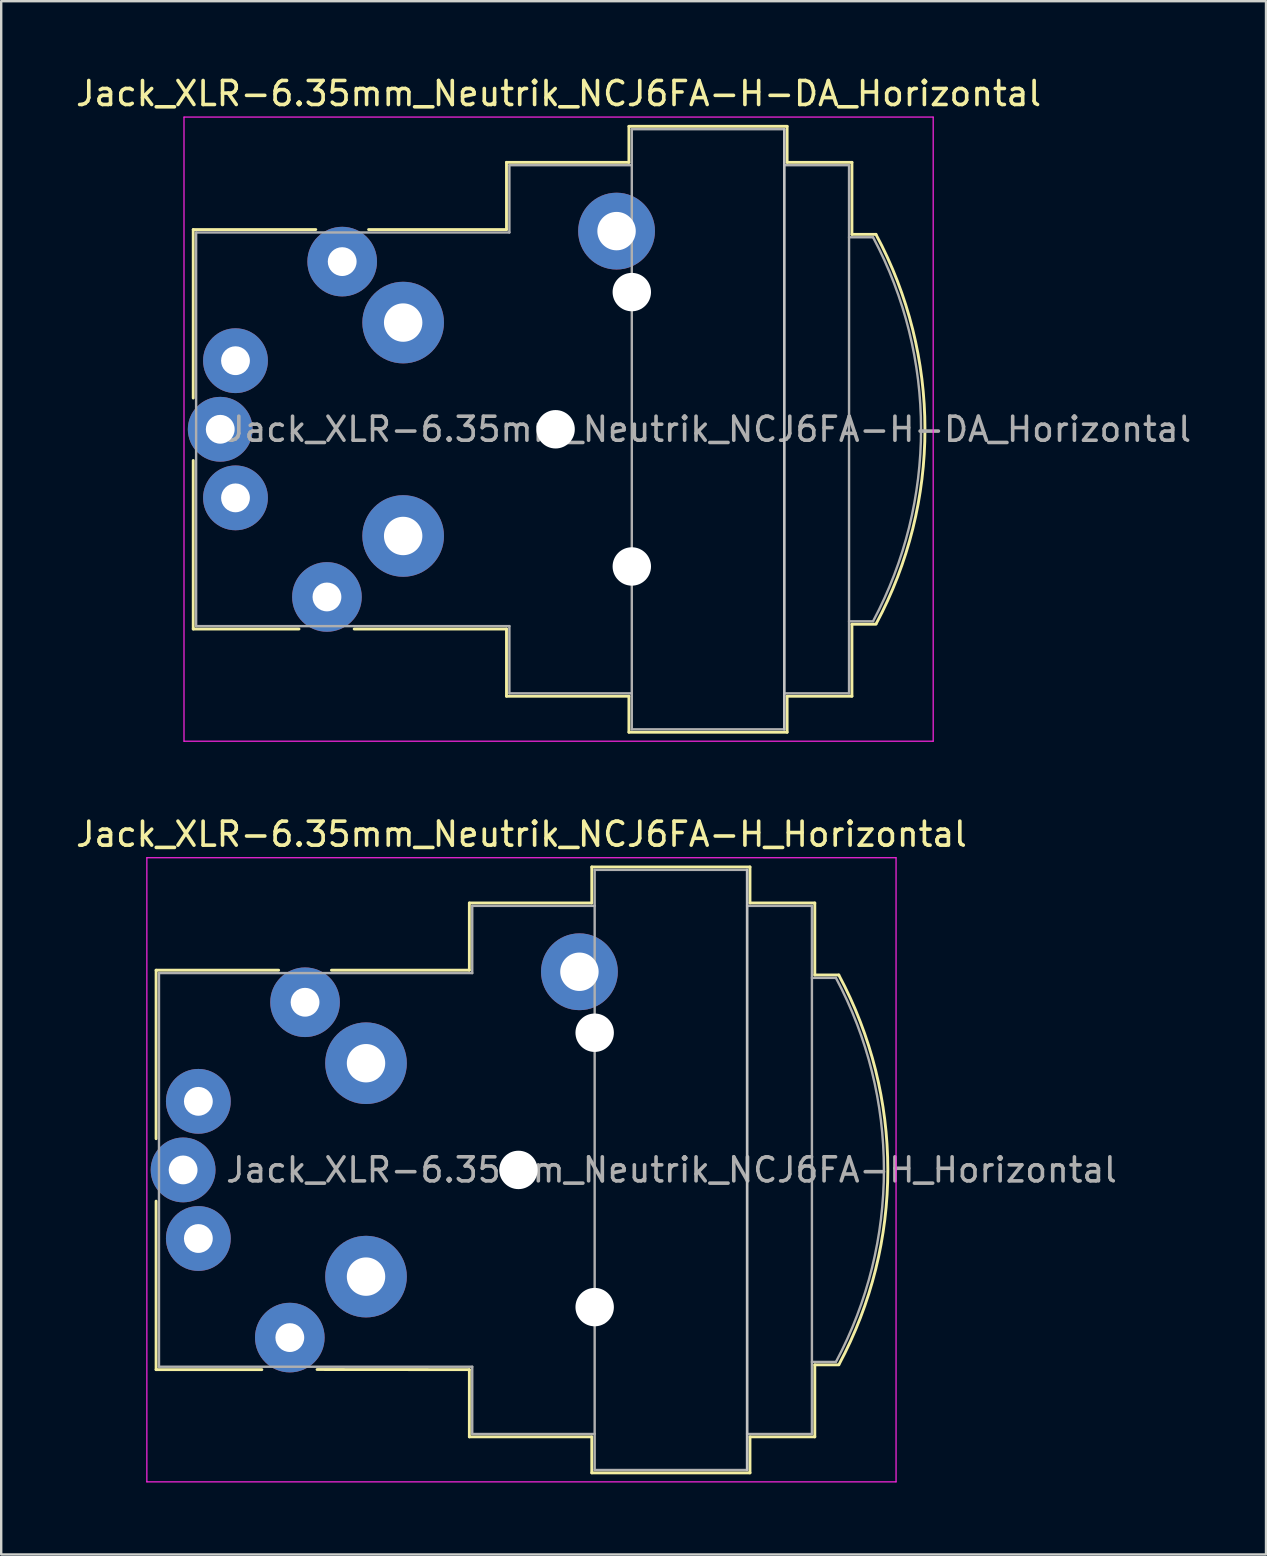
<source format=kicad_pcb>
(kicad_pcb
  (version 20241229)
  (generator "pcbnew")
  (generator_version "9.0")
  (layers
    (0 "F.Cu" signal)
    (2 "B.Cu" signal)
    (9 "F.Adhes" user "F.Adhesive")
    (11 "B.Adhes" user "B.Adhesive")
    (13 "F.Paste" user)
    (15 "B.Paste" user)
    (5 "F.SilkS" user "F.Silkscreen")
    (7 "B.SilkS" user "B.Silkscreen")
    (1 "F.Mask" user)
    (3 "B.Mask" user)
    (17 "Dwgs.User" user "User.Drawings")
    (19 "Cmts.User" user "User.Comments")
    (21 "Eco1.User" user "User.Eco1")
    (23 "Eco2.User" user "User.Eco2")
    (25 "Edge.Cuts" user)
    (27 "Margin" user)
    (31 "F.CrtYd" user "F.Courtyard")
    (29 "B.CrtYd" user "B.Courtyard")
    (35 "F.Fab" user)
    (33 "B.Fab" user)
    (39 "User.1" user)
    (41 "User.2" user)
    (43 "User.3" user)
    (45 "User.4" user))
  (footprint "Jack_XLR-6.35mm_Neutrik_NCJ6FA-H_Horizontal"
    (layer "F.Cu")
    (at 9.658 38.702)
    (property "Reference" "Jack_XLR-6.35mm_Neutrik_NCJ6FA-H_Horizontal" (at 9.015 -7 0) (layer "F.SilkS") (effects (font (size 1 1) (thickness 0.15))))
    (attr through_hole)
    (fp_line (start -6.205 -1.335) (end -6.205 5.685) (stroke (width 0.12) (type solid)) (layer "F.SilkS"))
    (fp_line (start -6.205 8.285) (end -6.205 15.305) (stroke (width 0.12) (type solid)) (layer "F.SilkS"))
    (fp_line (start -1.8 15.305) (end -6.205 15.305) (stroke (width 0.12) (type solid)) (layer "F.SilkS"))
    (fp_line (start -1.1 -1.335) (end -6.205 -1.335) (stroke (width 0.12) (type solid)) (layer "F.SilkS"))
    (fp_line (start 6.845 -4.135) (end 6.845 -1.335) (stroke (width 0.12) (type solid)) (layer "F.SilkS"))
    (fp_line (start 6.845 -1.335) (end 1.1 -1.335) (stroke (width 0.12) (type solid)) (layer "F.SilkS"))
    (fp_line (start 6.845 15.305) (end 0.5 15.3) (stroke (width 0.12) (type solid)) (layer "F.SilkS"))
    (fp_line (start 6.845 18.105) (end 6.845 15.305) (stroke (width 0.12) (type solid)) (layer "F.SilkS"))
    (fp_line (start 11.945 -4.135) (end 6.845 -4.135) (stroke (width 0.12) (type solid)) (layer "F.SilkS"))
    (fp_line (start 11.945 -4.135) (end 11.945 -5.635) (stroke (width 0.12) (type solid)) (layer "F.SilkS"))
    (fp_line (start 11.945 18.105) (end 6.845 18.105) (stroke (width 0.12) (type solid)) (layer "F.SilkS"))
    (fp_line (start 11.945 19.605) (end 11.945 18.105) (stroke (width 0.12) (type solid)) (layer "F.SilkS"))
    (fp_line (start 18.535 -5.635) (end 11.945 -5.635) (stroke (width 0.12) (type solid)) (layer "F.SilkS"))
    (fp_line (start 18.535 -5.635) (end 18.535 -4.135) (stroke (width 0.12) (type solid)) (layer "F.SilkS"))
    (fp_line (start 18.535 -4.135) (end 21.235 -4.135) (stroke (width 0.12) (type solid)) (layer "F.SilkS"))
    (fp_line (start 18.535 18.105) (end 18.535 19.605) (stroke (width 0.12) (type solid)) (layer "F.SilkS"))
    (fp_line (start 18.535 18.105) (end 21.235 18.105) (stroke (width 0.12) (type solid)) (layer "F.SilkS"))
    (fp_line (start 18.535 19.605) (end 11.945 19.605) (stroke (width 0.12) (type solid)) (layer "F.SilkS"))
    (fp_line (start 21.235 -4.135) (end 21.235 -1.135) (stroke (width 0.12) (type solid)) (layer "F.SilkS"))
    (fp_line (start 21.235 -1.135) (end 22.235 -1.135) (stroke (width 0.12) (type solid)) (layer "F.SilkS"))
    (fp_line (start 21.235 15.105) (end 21.235 18.105) (stroke (width 0.12) (type solid)) (layer "F.SilkS"))
    (fp_line (start 21.235 15.105) (end 22.235 15.105) (stroke (width 0.12) (type solid)) (layer "F.SilkS"))
    (fp_arc (start 22.235 -1.135) (mid 24.27742 6.973784) (end 22.245601 15.08523) (stroke (width 0.12) (type solid)) (layer "F.SilkS"))
    (fp_line (start 18.415 -5.515) (end 18.415 19.485) (stroke (width 0.1) (type solid)) (layer "Dwgs.User"))
    (fp_line (start -6.59 -6.02) (end -6.59 19.98) (stroke (width 0.05) (type solid)) (layer "F.CrtYd"))
    (fp_line (start 24.62 -6.02) (end -6.59 -6.02) (stroke (width 0.05) (type solid)) (layer "F.CrtYd"))
    (fp_line (start 24.62 -6.02) (end 24.62 19.98) (stroke (width 0.05) (type solid)) (layer "F.CrtYd"))
    (fp_line (start 24.62 19.98) (end -6.59 19.98) (stroke (width 0.05) (type solid)) (layer "F.CrtYd"))
    (fp_line (start -6.085 -1.215) (end -6.085 15.185) (stroke (width 0.1) (type solid)) (layer "F.Fab"))
    (fp_line (start -6.085 15.185) (end 6.965 15.185) (stroke (width 0.1) (type solid)) (layer "F.Fab"))
    (fp_line (start 6.965 -4.015) (end 6.965 -1.215) (stroke (width 0.1) (type solid)) (layer "F.Fab"))
    (fp_line (start 6.965 -1.215) (end -6.085 -1.215) (stroke (width 0.1) (type solid)) (layer "F.Fab"))
    (fp_line (start 6.965 15.185) (end 6.965 17.985) (stroke (width 0.1) (type solid)) (layer "F.Fab"))
    (fp_line (start 6.965 17.985) (end 12.065 17.985) (stroke (width 0.1) (type solid)) (layer "F.Fab"))
    (fp_line (start 12.065 -5.515) (end 18.415 -5.515) (stroke (width 0.1) (type solid)) (layer "F.Fab"))
    (fp_line (start 12.065 -4.015) (end 6.965 -4.015) (stroke (width 0.1) (type solid)) (layer "F.Fab"))
    (fp_line (start 12.065 19.485) (end 12.065 -5.515) (stroke (width 0.1) (type solid)) (layer "F.Fab"))
    (fp_line (start 18.415 -5.515) (end 18.415 19.485) (stroke (width 0.1) (type solid)) (layer "F.Fab"))
    (fp_line (start 18.415 -4.015) (end 21.115 -4.015) (stroke (width 0.1) (type solid)) (layer "F.Fab"))
    (fp_line (start 18.415 19.485) (end 12.065 19.485) (stroke (width 0.1) (type solid)) (layer "F.Fab"))
    (fp_line (start 21.115 -4.015) (end 21.115 17.985) (stroke (width 0.1) (type solid)) (layer "F.Fab"))
    (fp_line (start 21.115 -1.015) (end 22.115 -1.015) (stroke (width 0.1) (type solid)) (layer "F.Fab"))
    (fp_line (start 21.115 14.985) (end 22.115 14.985) (stroke (width 0.1) (type solid)) (layer "F.Fab"))
    (fp_line (start 21.115 17.985) (end 18.415 17.985) (stroke (width 0.1) (type solid)) (layer "F.Fab"))
    (fp_arc (start 22.115 -1.015) (mid 24.114999 6.978328) (end 22.121275 14.973223) (stroke (width 0.1) (type solid)) (layer "F.Fab"))
    (fp_text user "${REFERENCE}" (at 15.265 6.985 0) (layer "F.Fab") (effects (font (size 1 1) (thickness 0.15))))
    (pad "" np_thru_hole circle (at 8.89 6.985) (size 1.6 1.6) (drill 1.6) (layers "*.Cu" "*.Mask"))
    (pad "" np_thru_hole circle (at 12.065 1.27) (size 1.6 1.6) (drill 1.6) (layers "*.Cu" "*.Mask"))
    (pad "" np_thru_hole circle (at 12.065 12.7) (size 1.6 1.6) (drill 1.6) (layers "*.Cu" "*.Mask"))
    (pad "1" thru_hole circle (at 0 0) (size 2.9 2.9) (drill 1.2) (layers "*.Cu" "*.Mask"))
    (pad "2" thru_hole circle (at -0.635 13.97) (size 2.9 2.9) (drill 1.2) (layers "*.Cu" "*.Mask"))
    (pad "3" thru_hole circle (at -5.08 6.985) (size 2.7 2.7) (drill 1.2) (layers "*.Cu" "*.Mask"))
    (pad "G" thru_hole circle (at 11.43 -1.27) (size 3.2 3.2) (drill 1.6) (layers "*.Cu" "*.Mask"))
    (pad "R" thru_hole circle (at -4.445 9.842) (size 2.7 2.7) (drill 1.2) (layers "*.Cu" "*.Mask"))
    (pad "S" thru_hole circle (at -4.445 4.128) (size 2.7 2.7) (drill 1.2) (layers "*.Cu" "*.Mask"))
    (pad "T" thru_hole circle (at 2.54 2.54) (size 3.4 3.4) (drill 1.6) (layers "*.Cu" "*.Mask"))
    (pad "T" thru_hole circle (at 2.54 11.43) (size 3.4 3.4) (drill 1.6) (layers "*.Cu" "*.Mask")))
  (footprint "Jack_XLR-6.35mm_Neutrik_NCJ6FA-H-DA_Horizontal"
    (layer "F.Cu")
    (at 11.205 7.848)
    (property "Reference" "Jack_XLR-6.35mm_Neutrik_NCJ6FA-H-DA_Horizontal" (at 9.015 -7 0) (layer "F.SilkS") (effects (font (size 1 1) (thickness 0.15))))
    (attr through_hole)
    (fp_line (start -6.205 -1.335) (end -6.205 5.685) (stroke (width 0.12) (type solid)) (layer "F.SilkS"))
    (fp_line (start -6.205 8.285) (end -6.205 15.305) (stroke (width 0.12) (type solid)) (layer "F.SilkS"))
    (fp_line (start -1.8 15.305) (end -6.205 15.305) (stroke (width 0.12) (type solid)) (layer "F.SilkS"))
    (fp_line (start -1.1 -1.335) (end -6.205 -1.335) (stroke (width 0.12) (type solid)) (layer "F.SilkS"))
    (fp_line (start 6.845 -4.135) (end 6.845 -1.335) (stroke (width 0.12) (type solid)) (layer "F.SilkS"))
    (fp_line (start 6.845 -1.335) (end 1.1 -1.335) (stroke (width 0.12) (type solid)) (layer "F.SilkS"))
    (fp_line (start 6.845 15.305) (end 0.5 15.305) (stroke (width 0.12) (type solid)) (layer "F.SilkS"))
    (fp_line (start 6.845 18.105) (end 6.845 15.305) (stroke (width 0.12) (type solid)) (layer "F.SilkS"))
    (fp_line (start 11.945 -4.135) (end 6.845 -4.135) (stroke (width 0.12) (type solid)) (layer "F.SilkS"))
    (fp_line (start 11.945 -4.135) (end 11.945 -5.635) (stroke (width 0.12) (type solid)) (layer "F.SilkS"))
    (fp_line (start 11.945 18.105) (end 6.845 18.105) (stroke (width 0.12) (type solid)) (layer "F.SilkS"))
    (fp_line (start 11.945 19.605) (end 11.945 18.105) (stroke (width 0.12) (type solid)) (layer "F.SilkS"))
    (fp_line (start 18.535 -5.635) (end 11.945 -5.635) (stroke (width 0.12) (type solid)) (layer "F.SilkS"))
    (fp_line (start 18.535 -5.635) (end 18.535 -4.135) (stroke (width 0.12) (type solid)) (layer "F.SilkS"))
    (fp_line (start 18.535 -4.135) (end 21.235 -4.135) (stroke (width 0.12) (type solid)) (layer "F.SilkS"))
    (fp_line (start 18.535 18.105) (end 18.535 19.605) (stroke (width 0.12) (type solid)) (layer "F.SilkS"))
    (fp_line (start 18.535 18.105) (end 21.235 18.105) (stroke (width 0.12) (type solid)) (layer "F.SilkS"))
    (fp_line (start 18.535 19.605) (end 11.945 19.605) (stroke (width 0.12) (type solid)) (layer "F.SilkS"))
    (fp_line (start 21.235 -4.135) (end 21.235 -1.135) (stroke (width 0.12) (type solid)) (layer "F.SilkS"))
    (fp_line (start 21.235 -1.135) (end 22.235 -1.135) (stroke (width 0.12) (type solid)) (layer "F.SilkS"))
    (fp_line (start 21.235 15.105) (end 21.235 18.105) (stroke (width 0.12) (type solid)) (layer "F.SilkS"))
    (fp_line (start 21.235 15.105) (end 22.235 15.105) (stroke (width 0.12) (type solid)) (layer "F.SilkS"))
    (fp_arc (start 22.235 -1.135) (mid 24.27742 6.973784) (end 22.245601 15.08523) (stroke (width 0.12) (type solid)) (layer "F.SilkS"))
    (fp_line (start 18.415 -5.515) (end 18.415 19.485) (stroke (width 0.1) (type solid)) (layer "Dwgs.User"))
    (fp_line (start -6.59 -6.02) (end -6.59 19.98) (stroke (width 0.05) (type solid)) (layer "F.CrtYd"))
    (fp_line (start 24.62 -6.02) (end -6.59 -6.02) (stroke (width 0.05) (type solid)) (layer "F.CrtYd"))
    (fp_line (start 24.62 -6.02) (end 24.62 19.98) (stroke (width 0.05) (type solid)) (layer "F.CrtYd"))
    (fp_line (start 24.62 19.98) (end -6.59 19.98) (stroke (width 0.05) (type solid)) (layer "F.CrtYd"))
    (fp_line (start -6.085 -1.215) (end -6.085 15.185) (stroke (width 0.1) (type solid)) (layer "F.Fab"))
    (fp_line (start -6.085 15.185) (end 6.965 15.185) (stroke (width 0.1) (type solid)) (layer "F.Fab"))
    (fp_line (start 6.965 -4.015) (end 6.965 -1.215) (stroke (width 0.1) (type solid)) (layer "F.Fab"))
    (fp_line (start 6.965 -1.215) (end -6.085 -1.215) (stroke (width 0.1) (type solid)) (layer "F.Fab"))
    (fp_line (start 6.965 15.185) (end 6.965 17.985) (stroke (width 0.1) (type solid)) (layer "F.Fab"))
    (fp_line (start 6.965 17.985) (end 12.065 17.985) (stroke (width 0.1) (type solid)) (layer "F.Fab"))
    (fp_line (start 12.065 -5.515) (end 18.415 -5.515) (stroke (width 0.1) (type solid)) (layer "F.Fab"))
    (fp_line (start 12.065 -4.015) (end 6.965 -4.015) (stroke (width 0.1) (type solid)) (layer "F.Fab"))
    (fp_line (start 12.065 19.485) (end 12.065 -5.515) (stroke (width 0.1) (type solid)) (layer "F.Fab"))
    (fp_line (start 18.415 -5.515) (end 18.415 19.485) (stroke (width 0.1) (type solid)) (layer "F.Fab"))
    (fp_line (start 18.415 -4.015) (end 21.115 -4.015) (stroke (width 0.1) (type solid)) (layer "F.Fab"))
    (fp_line (start 18.415 19.485) (end 12.065 19.485) (stroke (width 0.1) (type solid)) (layer "F.Fab"))
    (fp_line (start 21.115 -4.015) (end 21.115 17.985) (stroke (width 0.1) (type solid)) (layer "F.Fab"))
    (fp_line (start 21.115 -1.015) (end 22.115 -1.015) (stroke (width 0.1) (type solid)) (layer "F.Fab"))
    (fp_line (start 21.115 14.985) (end 22.115 14.985) (stroke (width 0.1) (type solid)) (layer "F.Fab"))
    (fp_line (start 21.115 17.985) (end 18.415 17.985) (stroke (width 0.1) (type solid)) (layer "F.Fab"))
    (fp_arc (start 22.115 -1.015) (mid 24.114999 6.978328) (end 22.121275 14.973223) (stroke (width 0.1) (type solid)) (layer "F.Fab"))
    (fp_text user "${REFERENCE}" (at 15.265 6.985 0) (layer "F.Fab") (effects (font (size 1 1) (thickness 0.15))))
    (pad "" np_thru_hole circle (at 8.89 6.985) (size 1.6 1.6) (drill 1.6) (layers "*.Cu" "*.Mask"))
    (pad "" np_thru_hole circle (at 12.065 1.27) (size 1.6 1.6) (drill 1.6) (layers "*.Cu" "*.Mask"))
    (pad "" np_thru_hole circle (at 12.065 12.7) (size 1.6 1.6) (drill 1.6) (layers "*.Cu" "*.Mask"))
    (pad "1" thru_hole circle (at 0 0) (size 2.9 2.9) (drill 1.2) (layers "*.Cu" "*.Mask"))
    (pad "2" thru_hole circle (at -0.635 13.97) (size 2.9 2.9) (drill 1.2) (layers "*.Cu" "*.Mask"))
    (pad "3" thru_hole circle (at -5.08 6.985) (size 2.7 2.7) (drill 1.2) (layers "*.Cu" "*.Mask"))
    (pad "G" thru_hole circle (at 11.43 -1.27) (size 3.2 3.2) (drill 1.6) (layers "*.Cu" "*.Mask"))
    (pad "R" thru_hole circle (at -4.445 9.842) (size 2.7 2.7) (drill 1.2) (layers "*.Cu" "*.Mask"))
    (pad "S" thru_hole circle (at -4.445 4.128) (size 2.7 2.7) (drill 1.2) (layers "*.Cu" "*.Mask"))
    (pad "T" thru_hole circle (at 2.54 2.54) (size 3.4 3.4) (drill 1.6) (layers "*.Cu" "*.Mask"))
    (pad "T" thru_hole circle (at 2.54 11.43) (size 3.4 3.4) (drill 1.6) (layers "*.Cu" "*.Mask")))
  (gr_rect
    (start -3 -3)
    (end 49.69 61.706)
    (stroke (width 0.1) (type default))
    (fill no)
    (layer "Edge.Cuts")))
</source>
